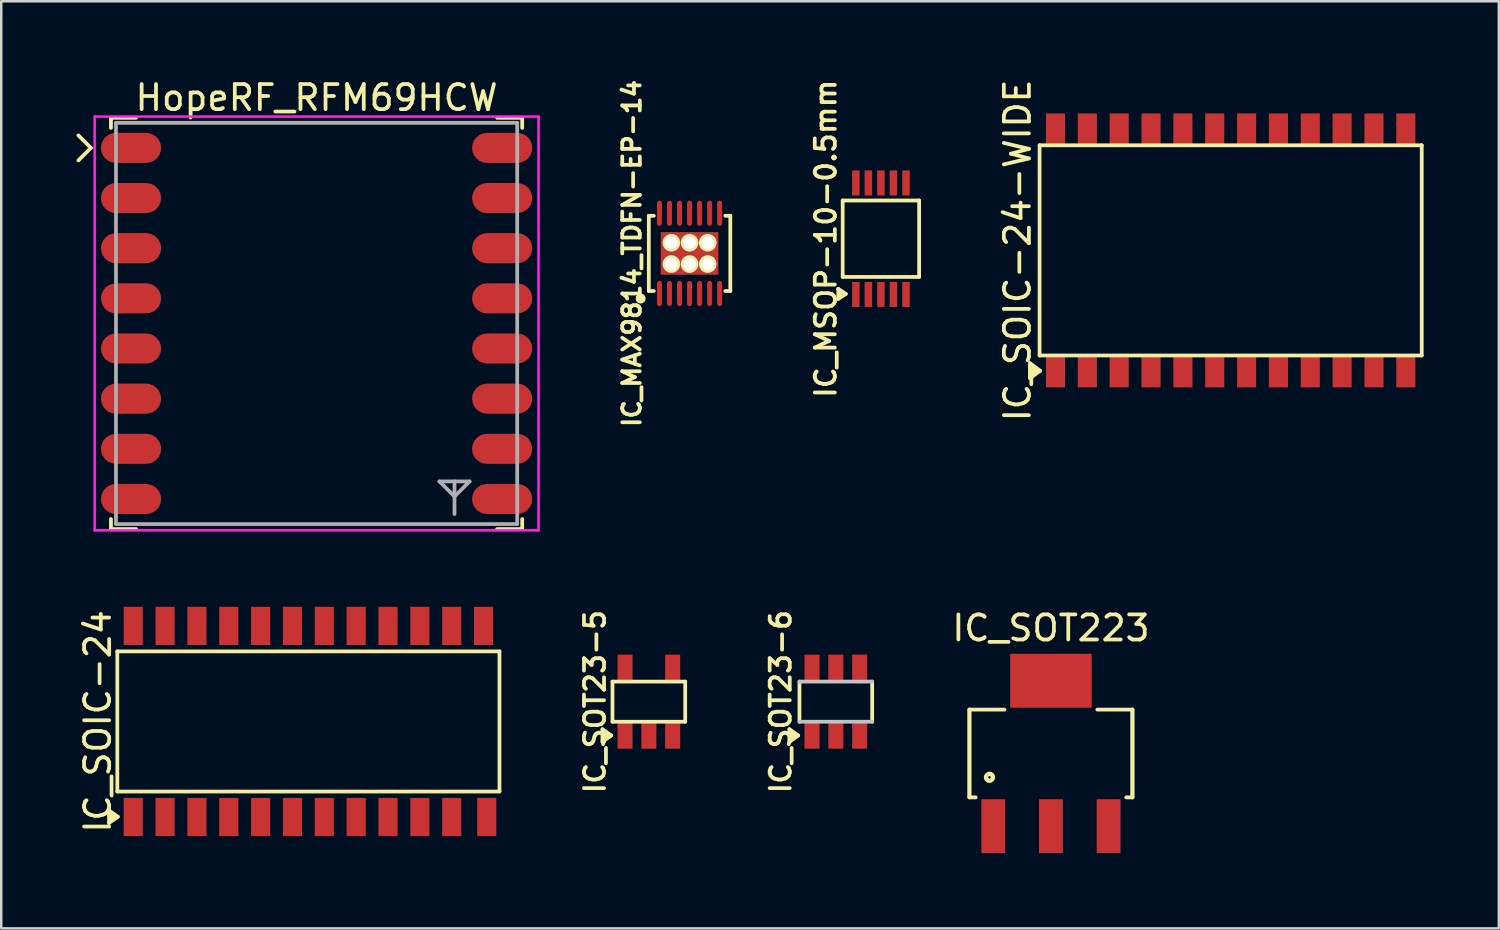
<source format=kicad_pcb>
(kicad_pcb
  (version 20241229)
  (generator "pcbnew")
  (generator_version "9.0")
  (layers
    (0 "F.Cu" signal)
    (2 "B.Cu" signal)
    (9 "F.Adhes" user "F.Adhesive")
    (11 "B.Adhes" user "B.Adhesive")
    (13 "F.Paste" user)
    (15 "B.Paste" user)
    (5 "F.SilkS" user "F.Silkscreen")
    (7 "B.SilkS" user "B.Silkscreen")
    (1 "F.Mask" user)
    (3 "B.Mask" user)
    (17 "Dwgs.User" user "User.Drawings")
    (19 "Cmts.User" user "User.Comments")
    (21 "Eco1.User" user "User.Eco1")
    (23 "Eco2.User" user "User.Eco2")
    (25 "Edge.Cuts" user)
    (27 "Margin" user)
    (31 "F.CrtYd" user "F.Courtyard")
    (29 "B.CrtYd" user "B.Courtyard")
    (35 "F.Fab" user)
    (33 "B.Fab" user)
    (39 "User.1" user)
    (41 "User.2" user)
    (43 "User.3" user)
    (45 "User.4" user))
  (footprint "IC_SOT23-6"
    (layer "F.Cu")
    (at 30.281 24.931)
    (property "Reference" "IC_SOT23-6" (at -2.2 0 90) (layer "F.SilkS") (effects (font (size 0.8 0.8) (thickness 0.15))))
    (attr through_hole)
    (fp_line (start -1.85 1.1) (end -1.5 1.35) (stroke (width 0.15) (type solid)) (layer "F.SilkS"))
    (fp_line (start -1.85 1.6) (end -1.85 1.1) (stroke (width 0.15) (type solid)) (layer "F.SilkS"))
    (fp_line (start -1.75 1.25) (end -1.75 1.45) (stroke (width 0.15) (type solid)) (layer "F.SilkS"))
    (fp_line (start -1.75 1.45) (end -1.65 1.35) (stroke (width 0.15) (type solid)) (layer "F.SilkS"))
    (fp_line (start -1.5 1.35) (end -1.85 1.6) (stroke (width 0.15) (type solid)) (layer "F.SilkS"))
    (fp_line (start -1.45 0.8) (end -1.45 -0.8) (stroke (width 0.15) (type solid)) (layer "F.SilkS"))
    (fp_line (start 1.45 -0.8) (end 1.45 0.8) (stroke (width 0.15) (type solid)) (layer "F.SilkS"))
    (fp_line (start -1.45 -0.8) (end 1.45 -0.8) (stroke (width 0.15) (type solid)) (layer "Dwgs.User"))
    (fp_line (start -1.45 0.8) (end 1.45 0.8) (stroke (width 0.15) (type solid)) (layer "Dwgs.User"))
    (pad "1" smd rect (at -0.95 1.35) (size 0.6 1.05) (layers "F.Cu" "F.Mask" "F.Paste"))
    (pad "2" smd rect (at 0 1.35) (size 0.6 1.05) (layers "F.Cu" "F.Mask" "F.Paste"))
    (pad "3" smd rect (at 0.95 1.35) (size 0.6 1.05) (layers "F.Cu" "F.Mask" "F.Paste"))
    (pad "4" smd rect (at 0.95 -1.35) (size 0.6 1.05) (layers "F.Cu" "F.Mask" "F.Paste"))
    (pad "5" smd rect (at 0 -1.35) (size 0.6 1.05) (layers "F.Cu" "F.Mask" "F.Paste"))
    (pad "6" smd rect (at -0.95 -1.35) (size 0.6 1.05) (layers "F.Cu" "F.Mask" "F.Paste")))
  (footprint "IC_MSOP-10-0.5mm"
    (layer "F.Cu")
    (at 32.079 6.469)
    (property "Reference" "IC_MSOP-10-0.5mm" (at -2.2 0 90) (layer "F.SilkS") (effects (font (size 0.8 0.8) (thickness 0.15))))
    (attr smd)
    (fp_line (start -1.7 2) (end -1.4 2.2) (stroke (width 0.15) (type solid)) (layer "F.SilkS"))
    (fp_line (start -1.7 2.4) (end -1.7 2) (stroke (width 0.15) (type solid)) (layer "F.SilkS"))
    (fp_line (start -1.6 2.15) (end -1.6 2.25) (stroke (width 0.15) (type solid)) (layer "F.SilkS"))
    (fp_line (start -1.6 2.25) (end -1.5 2.2) (stroke (width 0.15) (type solid)) (layer "F.SilkS"))
    (fp_line (start -1.524 -1.524) (end 1.524 -1.524) (stroke (width 0.15) (type solid)) (layer "F.SilkS"))
    (fp_line (start -1.524 1.524) (end -1.524 -1.524) (stroke (width 0.15) (type solid)) (layer "F.SilkS"))
    (fp_line (start -1.4 2.2) (end -1.7 2.4) (stroke (width 0.15) (type solid)) (layer "F.SilkS"))
    (fp_line (start 1.524 -1.524) (end 1.524 1.524) (stroke (width 0.15) (type solid)) (layer "F.SilkS"))
    (fp_line (start 1.524 1.524) (end -1.524 1.524) (stroke (width 0.15) (type solid)) (layer "F.SilkS"))
    (pad "1" smd rect (at -1 2.223) (size 0.3 1.001) (layers "F.Cu" "F.Mask" "F.Paste"))
    (pad "2" smd rect (at -0.5 2.223) (size 0.3 1.001) (layers "F.Cu" "F.Mask" "F.Paste"))
    (pad "3" smd rect (at 0 2.223) (size 0.3 1.001) (layers "F.Cu" "F.Mask" "F.Paste"))
    (pad "4" smd rect (at 0.5 2.223) (size 0.3 1.001) (layers "F.Cu" "F.Mask" "F.Paste"))
    (pad "5" smd rect (at 1 2.223) (size 0.3 1.001) (layers "F.Cu" "F.Mask" "F.Paste"))
    (pad "6" smd rect (at 1 -2.223) (size 0.3 1.001) (layers "F.Cu" "F.Mask" "F.Paste"))
    (pad "7" smd rect (at 0.5 -2.223) (size 0.3 1.001) (layers "F.Cu" "F.Mask" "F.Paste"))
    (pad "8" smd rect (at 0 -2.223) (size 0.3 1.001) (layers "F.Cu" "F.Mask" "F.Paste"))
    (pad "9" smd rect (at -0.5 -2.223) (size 0.3 1.001) (layers "F.Cu" "F.Mask" "F.Paste"))
    (pad "10" smd rect (at -1 -2.223) (size 0.3 1.001) (layers "F.Cu" "F.Mask" "F.Paste")))
  (footprint "IC_MAX9814_TDFN-EP-14"
    (layer "F.Cu")
    (at 24.448 7.055)
    (property "Reference" "IC_MAX9814_TDFN-EP-14" (at -2.3 0 90) (layer "F.SilkS") (effects (font (size 0.7 0.7) (thickness 0.15))))
    (attr through_hole)
    (fp_line (start -1.625 -1.5) (end -1.425 -1.5) (stroke (width 0.15) (type solid)) (layer "F.SilkS"))
    (fp_line (start -1.625 1.5) (end -1.625 -1.5) (stroke (width 0.15) (type solid)) (layer "F.SilkS"))
    (fp_line (start -1.625 1.5) (end -1.425 1.5) (stroke (width 0.15) (type solid)) (layer "F.SilkS"))
    (fp_line (start 1.625 -1.5) (end 1.425 -1.5) (stroke (width 0.15) (type solid)) (layer "F.SilkS"))
    (fp_line (start 1.625 -1.5) (end 1.625 1.5) (stroke (width 0.15) (type solid)) (layer "F.SilkS"))
    (fp_line (start 1.625 1.5) (end 1.425 1.5) (stroke (width 0.15) (type solid)) (layer "F.SilkS"))
    (fp_circle (center -1.95 1.8) (end -1.9 1.8) (stroke (width 0.15) (type solid)) (fill no) (layer "F.SilkS"))
    (fp_circle (center -1.95 1.8) (end -1.85 1.8) (stroke (width 0.15) (type solid)) (fill no) (layer "F.SilkS"))
    (pad "1" smd oval (at -1.2 1.6) (size 0.2 1) (layers "F.Cu" "F.Mask" "F.Paste"))
    (pad "2" smd oval (at -0.8 1.6) (size 0.2 1) (layers "F.Cu" "F.Mask" "F.Paste"))
    (pad "3" smd oval (at -0.4 1.6) (size 0.2 1) (layers "F.Cu" "F.Mask" "F.Paste"))
    (pad "4" smd oval (at 0 1.6) (size 0.2 1) (layers "F.Cu" "F.Mask" "F.Paste"))
    (pad "5" smd oval (at 0.4 1.6) (size 0.2 1) (layers "F.Cu" "F.Mask" "F.Paste"))
    (pad "6" smd oval (at 0.8 1.6) (size 0.2 1) (layers "F.Cu" "F.Mask" "F.Paste"))
    (pad "7" smd oval (at 1.2 1.6) (size 0.2 1) (layers "F.Cu" "F.Mask" "F.Paste"))
    (pad "8" smd oval (at 1.2 -1.6) (size 0.2 1) (layers "F.Cu" "F.Mask" "F.Paste"))
    (pad "9" smd oval (at 0.8 -1.6) (size 0.2 1) (layers "F.Cu" "F.Mask" "F.Paste"))
    (pad "10" smd oval (at 0.4 -1.6) (size 0.2 1) (layers "F.Cu" "F.Mask" "F.Paste"))
    (pad "11" smd oval (at 0 -1.6) (size 0.2 1) (layers "F.Cu" "F.Mask" "F.Paste"))
    (pad "12" smd oval (at -0.4 -1.6) (size 0.2 1) (layers "F.Cu" "F.Mask" "F.Paste"))
    (pad "13" smd oval (at -0.8 -1.6) (size 0.2 1) (layers "F.Cu" "F.Mask" "F.Paste"))
    (pad "14" smd oval (at -1.2 -1.6) (size 0.2 1) (layers "F.Cu" "F.Mask" "F.Paste"))
    (pad "15" thru_hole circle (at -0.725 -0.425) (size 0.7 0.7) (drill 0.5) (layers "*.Cu" "*.Mask" "F.SilkS"))
    (pad "15" thru_hole circle (at -0.725 0.425) (size 0.7 0.7) (drill 0.5) (layers "*.Cu" "*.Mask" "F.SilkS"))
    (pad "15" thru_hole circle (at 0 -0.425) (size 0.7 0.7) (drill 0.5) (layers "*.Cu" "*.Mask" "F.SilkS"))
    (pad "15" smd rect (at 0 0) (size 2.3 1.7) (layers "F.Cu" "F.Mask" "F.Paste"))
    (pad "15" thru_hole circle (at 0 0.425) (size 0.7 0.7) (drill 0.5) (layers "*.Cu" "*.Mask" "F.SilkS"))
    (pad "15" thru_hole circle (at 0.725 -0.425) (size 0.7 0.7) (drill 0.5) (layers "*.Cu" "*.Mask" "F.SilkS"))
    (pad "15" thru_hole circle (at 0.725 0.425) (size 0.7 0.7) (drill 0.5) (layers "*.Cu" "*.Mask" "F.SilkS")))
  (footprint "IC_SOIC-24"
    (layer "F.Cu")
    (at 9.248 25.72)
    (property "Reference" "IC_SOIC-24" (at -8.4 0 90) (layer "F.SilkS") (effects (font (size 1 1) (thickness 0.15))))
    (attr smd)
    (fp_line (start -7.95 3.55) (end -7.6 3.8) (stroke (width 0.15) (type solid)) (layer "F.SilkS"))
    (fp_line (start -7.95 4.05) (end -7.95 3.55) (stroke (width 0.15) (type solid)) (layer "F.SilkS"))
    (fp_line (start -7.85 3.7) (end -7.75 3.8) (stroke (width 0.15) (type solid)) (layer "F.SilkS"))
    (fp_line (start -7.85 3.9) (end -7.85 3.7) (stroke (width 0.15) (type solid)) (layer "F.SilkS"))
    (fp_line (start -7.62 -2.794) (end -7.62 2.794) (stroke (width 0.15) (type solid)) (layer "F.SilkS"))
    (fp_line (start -7.62 2.794) (end 7.62 2.794) (stroke (width 0.15) (type solid)) (layer "F.SilkS"))
    (fp_line (start -7.6 3.8) (end -7.95 4.05) (stroke (width 0.15) (type solid)) (layer "F.SilkS"))
    (fp_line (start 7.62 -2.794) (end -7.62 -2.794) (stroke (width 0.15) (type solid)) (layer "F.SilkS"))
    (fp_line (start 7.62 -2.794) (end 7.62 2.794) (stroke (width 0.15) (type solid)) (layer "F.SilkS"))
    (pad "1" smd rect (at -6.985 3.81) (size 0.762 1.524) (layers "F.Cu" "F.Mask" "F.Paste"))
    (pad "2" smd rect (at -5.715 3.81) (size 0.762 1.524) (layers "F.Cu" "F.Mask" "F.Paste"))
    (pad "3" smd rect (at -4.445 3.81) (size 0.762 1.524) (layers "F.Cu" "F.Mask" "F.Paste"))
    (pad "4" smd rect (at -3.175 3.81) (size 0.762 1.524) (layers "F.Cu" "F.Mask" "F.Paste"))
    (pad "5" smd rect (at -1.905 3.81) (size 0.762 1.524) (layers "F.Cu" "F.Mask" "F.Paste"))
    (pad "6" smd rect (at -0.635 3.81) (size 0.762 1.524) (layers "F.Cu" "F.Mask" "F.Paste"))
    (pad "7" smd rect (at 0.635 3.81) (size 0.762 1.524) (layers "F.Cu" "F.Mask" "F.Paste"))
    (pad "8" smd rect (at 1.905 3.81) (size 0.762 1.524) (layers "F.Cu" "F.Mask" "F.Paste"))
    (pad "9" smd rect (at 3.175 3.81) (size 0.762 1.524) (layers "F.Cu" "F.Mask" "F.Paste"))
    (pad "10" smd rect (at 4.445 3.81) (size 0.762 1.524) (layers "F.Cu" "F.Mask" "F.Paste"))
    (pad "11" smd rect (at 5.715 3.81) (size 0.762 1.524) (layers "F.Cu" "F.Mask" "F.Paste"))
    (pad "12" smd rect (at 7.112 3.81) (size 0.762 1.524) (layers "F.Cu" "F.Mask" "F.Paste"))
    (pad "13" smd rect (at 6.985 -3.81) (size 0.762 1.524) (layers "F.Cu" "F.Mask" "F.Paste"))
    (pad "14" smd rect (at 5.715 -3.81) (size 0.762 1.524) (layers "F.Cu" "F.Mask" "F.Paste"))
    (pad "15" smd rect (at 4.445 -3.81) (size 0.762 1.524) (layers "F.Cu" "F.Mask" "F.Paste"))
    (pad "16" smd rect (at 3.175 -3.81) (size 0.762 1.524) (layers "F.Cu" "F.Mask" "F.Paste"))
    (pad "17" smd rect (at 1.905 -3.81) (size 0.762 1.524) (layers "F.Cu" "F.Mask" "F.Paste"))
    (pad "18" smd rect (at 0.635 -3.81) (size 0.762 1.524) (layers "F.Cu" "F.Mask" "F.Paste"))
    (pad "19" smd rect (at -0.635 -3.81) (size 0.762 1.524) (layers "F.Cu" "F.Mask" "F.Paste"))
    (pad "20" smd rect (at -1.905 -3.81) (size 0.762 1.524) (layers "F.Cu" "F.Mask" "F.Paste"))
    (pad "21" smd rect (at -3.175 -3.81) (size 0.762 1.524) (layers "F.Cu" "F.Mask" "F.Paste"))
    (pad "22" smd rect (at -4.445 -3.81) (size 0.762 1.524) (layers "F.Cu" "F.Mask" "F.Paste"))
    (pad "23" smd rect (at -5.715 -3.81) (size 0.762 1.524) (layers "F.Cu" "F.Mask" "F.Paste"))
    (pad "24" smd rect (at -6.985 -3.81) (size 0.762 1.524) (layers "F.Cu" "F.Mask" "F.Paste")))
  (footprint "HopeRF_RFM69HCW"
    (layer "F.Cu")
    (at 9.575 9.848)
    (property "Reference" "HopeRF_RFM69HCW" (at 0 -9 0) (layer "F.SilkS") (effects (font (size 1 1) (thickness 0.15))))
    (attr smd)
    (fp_line (start -9.5 -7.5) (end -9 -7) (stroke (width 0.15) (type solid)) (layer "F.SilkS"))
    (fp_line (start -9 -7) (end -9.5 -6.5) (stroke (width 0.15) (type solid)) (layer "F.SilkS"))
    (fp_line (start -8.2 -8.2) (end -7.2 -8.2) (stroke (width 0.15) (type solid)) (layer "F.SilkS"))
    (fp_line (start -8.2 -7.8) (end -8.2 -8.2) (stroke (width 0.15) (type solid)) (layer "F.SilkS"))
    (fp_line (start -8.2 8.2) (end -8.2 7.8) (stroke (width 0.15) (type solid)) (layer "F.SilkS"))
    (fp_line (start -8.2 8.2) (end -7.2 8.2) (stroke (width 0.15) (type solid)) (layer "F.SilkS"))
    (fp_line (start 8.2 -8.2) (end 7.2 -8.2) (stroke (width 0.15) (type solid)) (layer "F.SilkS"))
    (fp_line (start 8.2 -8.2) (end 8.2 -7.8) (stroke (width 0.15) (type solid)) (layer "F.SilkS"))
    (fp_line (start 8.2 8.2) (end 7.2 8.2) (stroke (width 0.15) (type solid)) (layer "F.SilkS"))
    (fp_line (start 8.2 8.2) (end 8.2 7.8) (stroke (width 0.15) (type solid)) (layer "F.SilkS"))
    (fp_line (start -8.85 -8.25) (end -8.85 8.25) (stroke (width 0.1) (type solid)) (layer "F.CrtYd"))
    (fp_line (start -8.85 -8.25) (end 8.85 -8.25) (stroke (width 0.1) (type solid)) (layer "F.CrtYd"))
    (fp_line (start -8.85 8.25) (end 8.85 8.25) (stroke (width 0.1) (type solid)) (layer "F.CrtYd"))
    (fp_line (start 8.85 -8.25) (end 8.85 8.25) (stroke (width 0.1) (type solid)) (layer "F.CrtYd"))
    (fp_line (start -8 -8) (end -8 8) (stroke (width 0.15) (type solid)) (layer "F.Fab"))
    (fp_line (start -8 -8) (end 8 -8) (stroke (width 0.15) (type solid)) (layer "F.Fab"))
    (fp_line (start -8 8) (end 8 8) (stroke (width 0.15) (type solid)) (layer "F.Fab"))
    (fp_line (start 4.9 6.3) (end 6.1 6.3) (stroke (width 0.15) (type solid)) (layer "F.Fab"))
    (fp_line (start 5.5 6.9) (end 4.9 6.3) (stroke (width 0.15) (type solid)) (layer "F.Fab"))
    (fp_line (start 5.5 7.6) (end 5.5 6.3) (stroke (width 0.15) (type solid)) (layer "F.Fab"))
    (fp_line (start 6.1 6.3) (end 5.5 6.9) (stroke (width 0.15) (type solid)) (layer "F.Fab"))
    (fp_line (start 8 -8) (end 8 8) (stroke (width 0.15) (type solid)) (layer "F.Fab"))
    (pad "1" smd roundrect (at -7.4 -7) (size 2.4 1.2) (layers "F.Cu" "F.Mask" "F.Paste") (roundrect_rratio 0.5))
    (pad "2" smd roundrect (at -7.4 -5) (size 2.4 1.2) (layers "F.Cu" "F.Mask" "F.Paste") (roundrect_rratio 0.5))
    (pad "3" smd roundrect (at -7.4 -3) (size 2.4 1.2) (layers "F.Cu" "F.Mask" "F.Paste") (roundrect_rratio 0.5))
    (pad "4" smd roundrect (at -7.4 -1) (size 2.4 1.2) (layers "F.Cu" "F.Mask" "F.Paste") (roundrect_rratio 0.5))
    (pad "5" smd roundrect (at -7.4 1) (size 2.4 1.2) (layers "F.Cu" "F.Mask" "F.Paste") (roundrect_rratio 0.5))
    (pad "6" smd roundrect (at -7.4 3) (size 2.4 1.2) (layers "F.Cu" "F.Mask" "F.Paste") (roundrect_rratio 0.5))
    (pad "7" smd roundrect (at -7.4 5) (size 2.4 1.2) (layers "F.Cu" "F.Mask" "F.Paste") (roundrect_rratio 0.5))
    (pad "8" smd roundrect (at -7.4 7) (size 2.4 1.2) (layers "F.Cu" "F.Mask" "F.Paste") (roundrect_rratio 0.5))
    (pad "9" smd roundrect (at 7.4 7) (size 2.4 1.2) (layers "F.Cu" "F.Mask" "F.Paste") (roundrect_rratio 0.5))
    (pad "10" smd roundrect (at 7.4 5) (size 2.4 1.2) (layers "F.Cu" "F.Mask" "F.Paste") (roundrect_rratio 0.5))
    (pad "11" smd roundrect (at 7.4 3) (size 2.4 1.2) (layers "F.Cu" "F.Mask" "F.Paste") (roundrect_rratio 0.5))
    (pad "12" smd roundrect (at 7.4 1) (size 2.4 1.2) (layers "F.Cu" "F.Mask" "F.Paste") (roundrect_rratio 0.5))
    (pad "13" smd roundrect (at 7.4 -1) (size 2.4 1.2) (layers "F.Cu" "F.Mask" "F.Paste") (roundrect_rratio 0.5))
    (pad "14" smd roundrect (at 7.4 -3) (size 2.4 1.2) (layers "F.Cu" "F.Mask" "F.Paste") (roundrect_rratio 0.5))
    (pad "15" smd roundrect (at 7.4 -5) (size 2.4 1.2) (layers "F.Cu" "F.Mask" "F.Paste") (roundrect_rratio 0.5))
    (pad "16" smd roundrect (at 7.4 -7) (size 2.4 1.2) (layers "F.Cu" "F.Mask" "F.Paste") (roundrect_rratio 0.5)))
  (footprint "IC_SOT23-5"
    (layer "F.Cu")
    (at 22.825 24.931)
    (property "Reference" "IC_SOT23-5" (at -2.15 0 90) (layer "F.SilkS") (effects (font (size 0.8 0.8) (thickness 0.15))))
    (attr through_hole)
    (fp_line (start -1.85 1.1) (end -1.5 1.35) (stroke (width 0.15) (type solid)) (layer "F.SilkS"))
    (fp_line (start -1.85 1.6) (end -1.85 1.1) (stroke (width 0.15) (type solid)) (layer "F.SilkS"))
    (fp_line (start -1.75 1.25) (end -1.75 1.45) (stroke (width 0.15) (type solid)) (layer "F.SilkS"))
    (fp_line (start -1.75 1.45) (end -1.65 1.35) (stroke (width 0.15) (type solid)) (layer "F.SilkS"))
    (fp_line (start -1.5 1.35) (end -1.85 1.6) (stroke (width 0.15) (type solid)) (layer "F.SilkS"))
    (fp_line (start -1.45 -0.8) (end 1.45 -0.8) (stroke (width 0.15) (type solid)) (layer "F.SilkS"))
    (fp_line (start -1.45 0.8) (end -1.45 -0.8) (stroke (width 0.15) (type solid)) (layer "F.SilkS"))
    (fp_line (start -1.45 0.8) (end 1.45 0.8) (stroke (width 0.15) (type solid)) (layer "F.SilkS"))
    (fp_line (start 1.45 -0.8) (end 1.45 0.8) (stroke (width 0.15) (type solid)) (layer "F.SilkS"))
    (pad "1" smd rect (at -0.95 1.35) (size 0.6 1.05) (layers "F.Cu" "F.Mask" "F.Paste"))
    (pad "2" smd rect (at 0 1.35) (size 0.6 1.05) (layers "F.Cu" "F.Mask" "F.Paste"))
    (pad "3" smd rect (at 0.95 1.35) (size 0.6 1.05) (layers "F.Cu" "F.Mask" "F.Paste"))
    (pad "4" smd rect (at 0.95 -1.35) (size 0.6 1.05) (layers "F.Cu" "F.Mask" "F.Paste"))
    (pad "5" smd rect (at -0.95 -1.35) (size 0.6 1.05) (layers "F.Cu" "F.Mask" "F.Paste")))
  (footprint "IC_SOT223"
    (layer "F.Cu")
    (at 38.859 26.997)
    (property "Reference" "IC_SOT223" (at 0 -5 0) (layer "F.SilkS") (effects (font (size 1 1) (thickness 0.15))))
    (attr through_hole)
    (fp_line (start -3.25 -1.75) (end -1.85 -1.75) (stroke (width 0.15) (type solid)) (layer "F.SilkS"))
    (fp_line (start -3.25 1.75) (end -3.25 -1.75) (stroke (width 0.15) (type solid)) (layer "F.SilkS"))
    (fp_line (start -3.25 1.75) (end -3.25 -1.75) (stroke (width 0.15) (type solid)) (layer "F.SilkS"))
    (fp_line (start -3 1.75) (end -3.25 1.75) (stroke (width 0.15) (type solid)) (layer "F.SilkS"))
    (fp_line (start 1.85 -1.75) (end 3.25 -1.75) (stroke (width 0.15) (type solid)) (layer "F.SilkS"))
    (fp_line (start 3.25 -1.75) (end 3.25 1.75) (stroke (width 0.15) (type solid)) (layer "F.SilkS"))
    (fp_line (start 3.25 -1.75) (end 3.25 1.75) (stroke (width 0.15) (type solid)) (layer "F.SilkS"))
    (fp_line (start 3.25 1.75) (end 3 1.75) (stroke (width 0.15) (type solid)) (layer "F.SilkS"))
    (fp_circle (center -2.45 0.95) (end -2.4 0.95) (stroke (width 0.15) (type solid)) (fill no) (layer "F.SilkS"))
    (fp_circle (center -2.45 0.95) (end -2.3 0.95) (stroke (width 0.15) (type solid)) (fill no) (layer "F.SilkS"))
    (pad "1" smd rect (at -2.3 2.9) (size 0.95 2.15) (layers "F.Cu" "F.Mask" "F.Paste"))
    (pad "2" smd rect (at 0 -2.9) (size 3.25 2.15) (layers "F.Cu" "F.Mask" "F.Paste"))
    (pad "2" smd rect (at 0 2.9) (size 0.95 2.15) (layers "F.Cu" "F.Mask" "F.Paste"))
    (pad "3" smd rect (at 2.3 2.9) (size 0.95 2.15) (layers "F.Cu" "F.Mask" "F.Paste")))
  (footprint "IC_SOIC-24-WIDE"
    (layer "F.Cu")
    (at 46.026 6.935)
    (property "Reference" "IC_SOIC-24-WIDE" (at -8.5 0 90) (layer "F.SilkS") (effects (font (size 1 1) (thickness 0.15))))
    (attr smd)
    (fp_line (start -8 4.5) (end -7.6 4.8) (stroke (width 0.15) (type solid)) (layer "F.SilkS"))
    (fp_line (start -8 4.6) (end -7.7 4.8) (stroke (width 0.15) (type solid)) (layer "F.SilkS"))
    (fp_line (start -8 5) (end -8 4.6) (stroke (width 0.15) (type solid)) (layer "F.SilkS"))
    (fp_line (start -8 5.1) (end -8 4.5) (stroke (width 0.15) (type solid)) (layer "F.SilkS"))
    (fp_line (start -7.7 4.8) (end -8 4.8) (stroke (width 0.15) (type solid)) (layer "F.SilkS"))
    (fp_line (start -7.7 4.8) (end -8 5) (stroke (width 0.15) (type solid)) (layer "F.SilkS"))
    (fp_line (start -7.62 -4.191) (end -7.62 4.191) (stroke (width 0.15) (type solid)) (layer "F.SilkS"))
    (fp_line (start -7.62 4.191) (end 7.62 4.191) (stroke (width 0.15) (type solid)) (layer "F.SilkS"))
    (fp_line (start -7.6 4.8) (end -8 5.1) (stroke (width 0.15) (type solid)) (layer "F.SilkS"))
    (fp_line (start 7.62 -4.191) (end -7.62 -4.191) (stroke (width 0.15) (type solid)) (layer "F.SilkS"))
    (fp_line (start 7.62 4.191) (end 7.62 -4.191) (stroke (width 0.15) (type solid)) (layer "F.SilkS"))
    (pad "1" smd rect (at -6.985 4.826) (size 0.762 1.27) (layers "F.Cu" "F.Mask" "F.Paste"))
    (pad "2" smd rect (at -5.715 4.826) (size 0.762 1.27) (layers "F.Cu" "F.Mask" "F.Paste"))
    (pad "3" smd rect (at -4.445 4.826) (size 0.762 1.27) (layers "F.Cu" "F.Mask" "F.Paste"))
    (pad "4" smd rect (at -3.175 4.826) (size 0.762 1.27) (layers "F.Cu" "F.Mask" "F.Paste"))
    (pad "5" smd rect (at -1.905 4.826) (size 0.762 1.27) (layers "F.Cu" "F.Mask" "F.Paste"))
    (pad "6" smd rect (at -0.635 4.826) (size 0.762 1.27) (layers "F.Cu" "F.Mask" "F.Paste"))
    (pad "7" smd rect (at 0.635 4.826) (size 0.762 1.27) (layers "F.Cu" "F.Mask" "F.Paste"))
    (pad "8" smd rect (at 1.905 4.826) (size 0.762 1.27) (layers "F.Cu" "F.Mask" "F.Paste"))
    (pad "9" smd rect (at 3.175 4.826) (size 0.762 1.27) (layers "F.Cu" "F.Mask" "F.Paste"))
    (pad "10" smd rect (at 4.445 4.826) (size 0.762 1.27) (layers "F.Cu" "F.Mask" "F.Paste"))
    (pad "11" smd rect (at 5.715 4.826) (size 0.762 1.27) (layers "F.Cu" "F.Mask" "F.Paste"))
    (pad "12" smd rect (at 6.985 4.826) (size 0.762 1.27) (layers "F.Cu" "F.Mask" "F.Paste"))
    (pad "13" smd rect (at 6.985 -4.826) (size 0.762 1.27) (layers "F.Cu" "F.Mask" "F.Paste"))
    (pad "14" smd rect (at 5.715 -4.826) (size 0.762 1.27) (layers "F.Cu" "F.Mask" "F.Paste"))
    (pad "15" smd rect (at 4.445 -4.826) (size 0.762 1.27) (layers "F.Cu" "F.Mask" "F.Paste"))
    (pad "16" smd rect (at 3.175 -4.826) (size 0.762 1.27) (layers "F.Cu" "F.Mask" "F.Paste"))
    (pad "17" smd rect (at 1.905 -4.826) (size 0.762 1.27) (layers "F.Cu" "F.Mask" "F.Paste"))
    (pad "18" smd rect (at 0.635 -4.826) (size 0.762 1.27) (layers "F.Cu" "F.Mask" "F.Paste"))
    (pad "19" smd rect (at -0.635 -4.826) (size 0.762 1.27) (layers "F.Cu" "F.Mask" "F.Paste"))
    (pad "20" smd rect (at -1.905 -4.826) (size 0.762 1.27) (layers "F.Cu" "F.Mask" "F.Paste"))
    (pad "21" smd rect (at -3.175 -4.826) (size 0.762 1.27) (layers "F.Cu" "F.Mask" "F.Paste"))
    (pad "22" smd rect (at -4.445 -4.826) (size 0.762 1.27) (layers "F.Cu" "F.Mask" "F.Paste"))
    (pad "23" smd rect (at -5.715 -4.826) (size 0.762 1.27) (layers "F.Cu" "F.Mask" "F.Paste"))
    (pad "24" smd rect (at -6.985 -4.826) (size 0.762 1.27) (layers "F.Cu" "F.Mask" "F.Paste")))
  (gr_rect
    (start -3 -3)
    (end 56.721 33.971)
    (stroke (width 0.1) (type default))
    (fill no)
    (layer "Edge.Cuts")))
</source>
